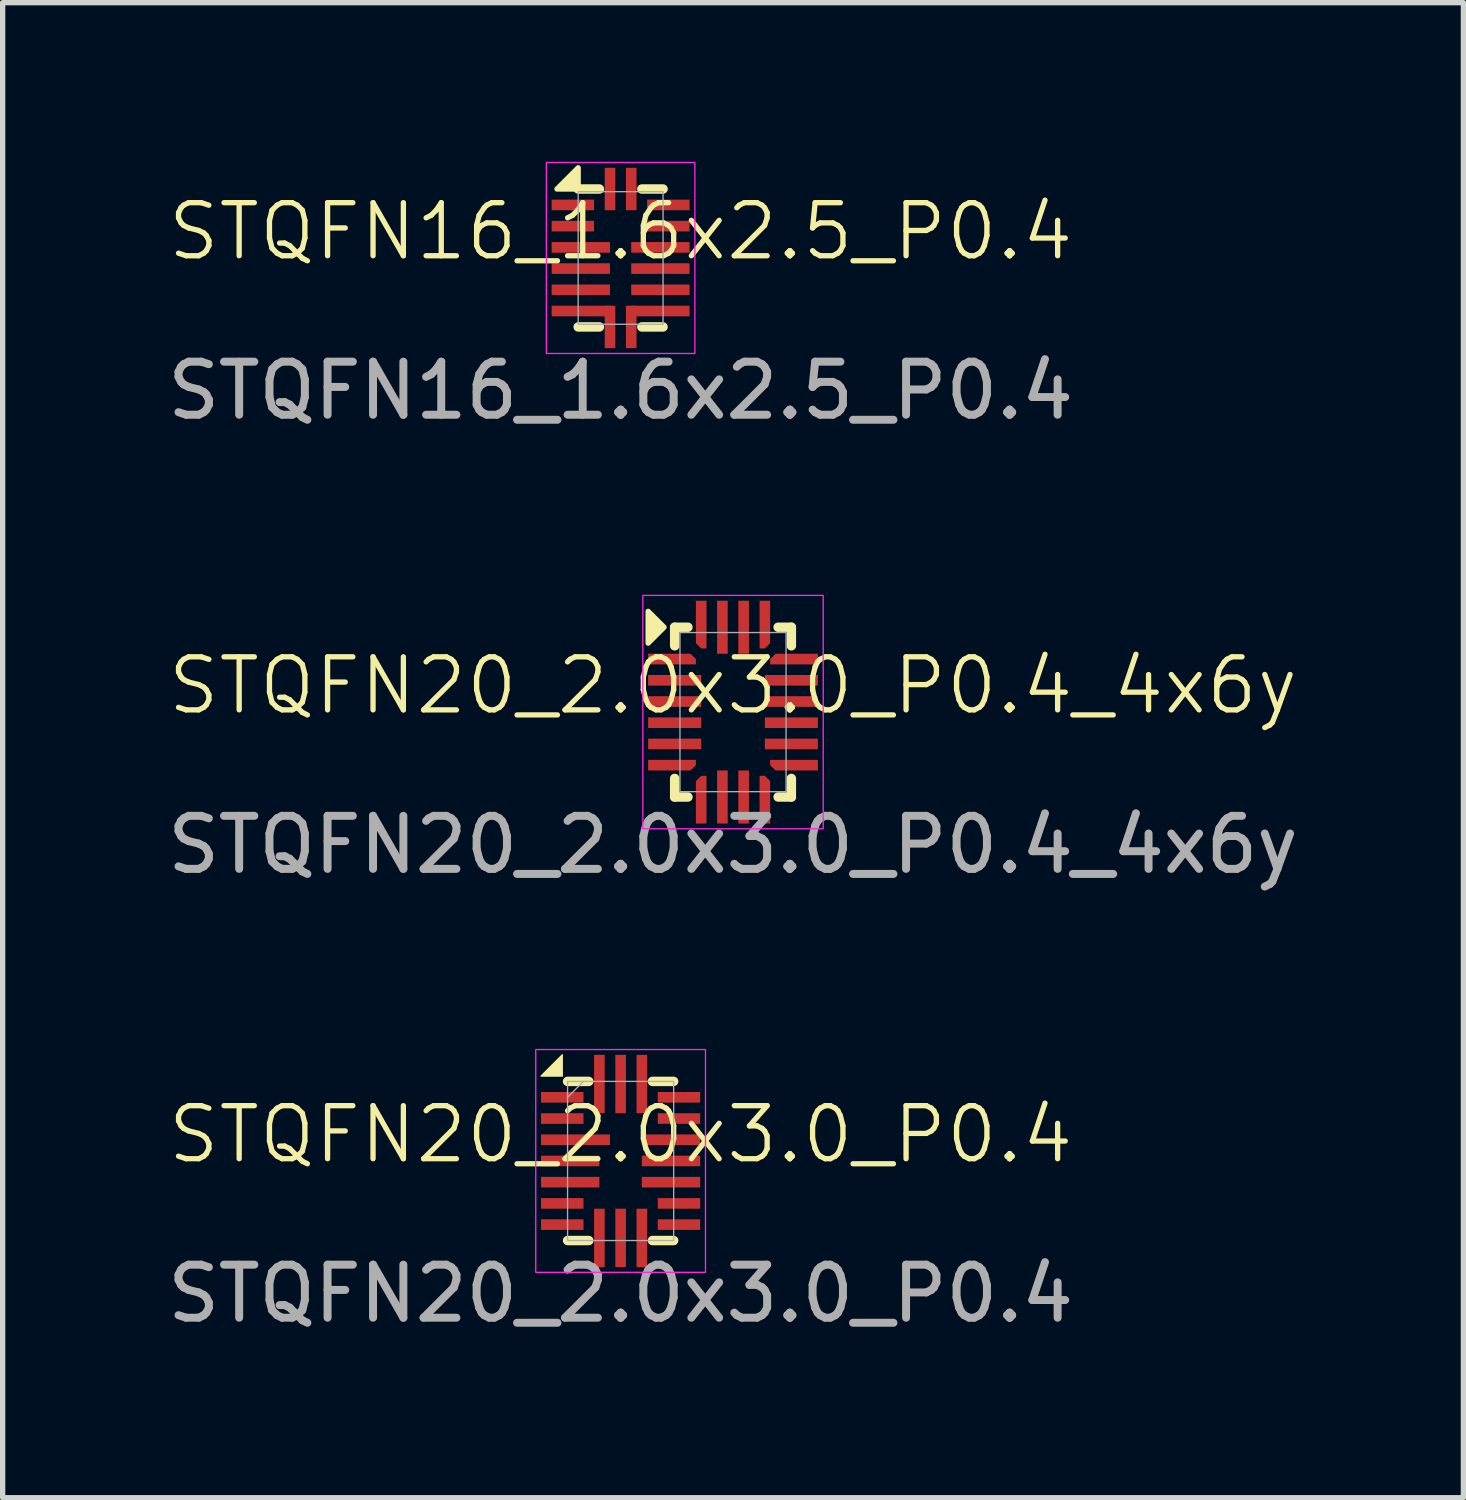
<source format=kicad_pcb>
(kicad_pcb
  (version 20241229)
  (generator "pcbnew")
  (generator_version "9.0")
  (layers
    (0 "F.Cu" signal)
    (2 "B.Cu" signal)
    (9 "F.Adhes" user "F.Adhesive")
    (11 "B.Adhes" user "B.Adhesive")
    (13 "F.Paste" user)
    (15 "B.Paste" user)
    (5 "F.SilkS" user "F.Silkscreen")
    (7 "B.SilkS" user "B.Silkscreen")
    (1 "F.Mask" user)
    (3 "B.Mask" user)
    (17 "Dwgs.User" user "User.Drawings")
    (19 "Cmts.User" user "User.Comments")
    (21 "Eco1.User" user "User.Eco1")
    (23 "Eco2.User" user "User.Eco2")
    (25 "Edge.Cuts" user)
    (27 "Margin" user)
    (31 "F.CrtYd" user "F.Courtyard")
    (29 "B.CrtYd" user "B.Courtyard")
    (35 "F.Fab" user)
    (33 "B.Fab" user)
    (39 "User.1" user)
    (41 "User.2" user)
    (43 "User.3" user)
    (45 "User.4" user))
  (footprint "STQFN16_1.6x2.5_P0.4"
    (layer "F.Cu")
    (at 8.649 1.813)
    (property "Reference" "STQFN16_1.6x2.5_P0.4" (at 0 -0.5 0) (unlocked yes) (layer "F.SilkS") (effects (font (size 1 1) (thickness 0.1))))
    (attr smd)
    (fp_line (start -0.8 -1.3) (end -0.4 -1.3) (stroke (width 0.178) (type default)) (layer "F.SilkS"))
    (fp_line (start -0.8 1.3) (end -0.4 1.3) (stroke (width 0.178) (type default)) (layer "F.SilkS"))
    (fp_line (start 0.4 -1.3) (end 0.8 -1.3) (stroke (width 0.178) (type default)) (layer "F.SilkS"))
    (fp_line (start 0.4 1.3) (end 0.8 1.3) (stroke (width 0.178) (type default)) (layer "F.SilkS"))
    (fp_poly (pts (xy -1.2 -1.3) (xy -0.8 -1.3) (xy -0.8 -1.7)) (stroke (width 0.1) (type solid)) (fill yes) (layer "F.SilkS"))
    (fp_rect (start -1.4 -1.8) (end 1.4 1.8) (stroke (width 0.025) (type default)) (fill no) (layer "F.CrtYd"))
    (fp_rect (start -0.8 1.25) (end 0.8 -1.25) (stroke (width 0.025) (type default)) (fill no) (layer "F.Fab"))
    (fp_text user "${REFERENCE}" (at 0 2.5 0) (unlocked yes) (layer "F.Fab") (effects (font (size 1 1) (thickness 0.15))))
    (pad "1" smd rect (at -0.9 -1) (size 0.8 0.2) (layers "F.Cu" "F.Mask" "F.Paste"))
    (pad "2" smd rect (at -0.9 -0.6) (size 0.8 0.2) (layers "F.Cu" "F.Mask" "F.Paste"))
    (pad "3" smd rect (at -0.75 -0.2) (size 1.1 0.2) (layers "F.Cu" "F.Mask" "F.Paste"))
    (pad "4" smd rect (at -0.75 0.2) (size 1.1 0.2) (layers "F.Cu" "F.Mask" "F.Paste"))
    (pad "5" smd rect (at -0.75 0.6) (size 1.1 0.2) (layers "F.Cu" "F.Mask" "F.Paste"))
    (pad "6" smd rect (at -0.75 1) (size 1.1 0.2) (layers "F.Cu" "F.Mask" "F.Paste"))
    (pad "7" smd rect (at -0.2 1.3) (size 0.2 0.8) (layers "F.Cu" "F.Mask" "F.Paste"))
    (pad "8" smd rect (at 0.2 1.3) (size 0.2 0.8) (layers "F.Cu" "F.Mask" "F.Paste"))
    (pad "9" smd rect (at 0.75 1) (size 1.1 0.2) (layers "F.Cu" "F.Mask" "F.Paste"))
    (pad "10" smd rect (at 0.75 0.6) (size 1.1 0.2) (layers "F.Cu" "F.Mask" "F.Paste"))
    (pad "11" smd rect (at 0.75 0.2) (size 1.1 0.2) (layers "F.Cu" "F.Mask" "F.Paste"))
    (pad "12" smd rect (at 0.75 -0.2) (size 1.1 0.2) (layers "F.Cu" "F.Mask" "F.Paste"))
    (pad "13" smd rect (at 0.9 -0.6) (size 0.8 0.2) (layers "F.Cu" "F.Mask" "F.Paste"))
    (pad "14" smd rect (at 0.9 -1) (size 0.8 0.2) (layers "F.Cu" "F.Mask" "F.Paste"))
    (pad "15" smd rect (at 0.2 -1.3) (size 0.2 0.8) (layers "F.Cu" "F.Mask" "F.Paste"))
    (pad "16" smd rect (at -0.2 -1.3) (size 0.2 0.8) (layers "F.Cu" "F.Mask" "F.Paste")))
  (footprint "STQFN20_2.0x3.0_P0.4"
    (layer "F.Cu")
    (at 8.649 18.835)
    (property "Reference" "STQFN20_2.0x3.0_P0.4" (at 0 -0.5 0) (unlocked yes) (layer "F.SilkS") (effects (font (size 1 1) (thickness 0.1))))
    (attr smd)
    (fp_line (start -1 1.5) (end -0.6 1.5) (stroke (width 0.178) (type default)) (layer "F.SilkS"))
    (fp_line (start -0.6 -1.5) (end -1 -1.5) (stroke (width 0.178) (type default)) (layer "F.SilkS"))
    (fp_line (start 0.6 -1.5) (end 1 -1.5) (stroke (width 0.178) (type default)) (layer "F.SilkS"))
    (fp_line (start 0.6 1.5) (end 1 1.5) (stroke (width 0.178) (type default)) (layer "F.SilkS"))
    (fp_poly (pts (xy -1.1 -1.6) (xy -1.1 -2) (xy -1.5 -1.6)) (stroke (width 0.025) (type solid)) (fill yes) (layer "F.SilkS"))
    (fp_rect (start -1.6 -2.1) (end 1.6 2.1) (stroke (width 0.025) (type default)) (fill no) (layer "F.CrtYd"))
    (fp_line (start -1 -1.2) (end -0.7 -1.5) (stroke (width 0.025) (type default)) (layer "F.Fab"))
    (fp_rect (start -1 1.5) (end 1 -1.5) (stroke (width 0.025) (type default)) (fill no) (layer "F.Fab"))
    (fp_text user "${REFERENCE}" (at 0 2.5 0) (unlocked yes) (layer "F.Fab") (effects (font (size 1 1) (thickness 0.15))))
    (pad "1" smd rect (at -1.1 -1.2) (size 0.8 0.2) (layers "F.Cu" "F.Mask" "F.Paste"))
    (pad "2" smd rect (at -1.1 -0.8) (size 0.8 0.2) (layers "F.Cu" "F.Mask" "F.Paste"))
    (pad "3" smd rect (at -0.85 -0.4) (size 1.3 0.2) (layers "F.Cu" "F.Mask" "F.Paste"))
    (pad "4" smd rect (at -0.95 0) (size 1.1 0.2) (layers "F.Cu" "F.Mask" "F.Paste"))
    (pad "5" smd rect (at -0.95 0.4) (size 1.1 0.2) (layers "F.Cu" "F.Mask" "F.Paste"))
    (pad "6" smd rect (at -1.1 0.8) (size 0.8 0.2) (layers "F.Cu" "F.Mask" "F.Paste"))
    (pad "7" smd rect (at -1.1 1.2) (size 0.8 0.2) (layers "F.Cu" "F.Mask" "F.Paste"))
    (pad "8" smd rect (at -0.4 1.45) (size 0.2 1.1) (layers "F.Cu" "F.Mask" "F.Paste"))
    (pad "9" smd rect (at 0 1.45) (size 0.2 1.1) (layers "F.Cu" "F.Mask" "F.Paste"))
    (pad "10" smd rect (at 0.4 1.45) (size 0.2 1.1) (layers "F.Cu" "F.Mask" "F.Paste"))
    (pad "11" smd rect (at 1.1 1.2) (size 0.8 0.2) (layers "F.Cu" "F.Mask" "F.Paste"))
    (pad "12" smd rect (at 1.1 0.8) (size 0.8 0.2) (layers "F.Cu" "F.Mask" "F.Paste"))
    (pad "13" smd rect (at 0.95 0.4) (size 1.1 0.2) (layers "F.Cu" "F.Mask" "F.Paste"))
    (pad "14" smd rect (at 0.95 0) (size 1.1 0.2) (layers "F.Cu" "F.Mask" "F.Paste"))
    (pad "15" smd rect (at 0.95 -0.4) (size 1.1 0.2) (layers "F.Cu" "F.Mask" "F.Paste"))
    (pad "16" smd rect (at 1.1 -0.8) (size 0.8 0.2) (layers "F.Cu" "F.Mask" "F.Paste"))
    (pad "17" smd rect (at 1.1 -1.2) (size 0.8 0.2) (layers "F.Cu" "F.Mask" "F.Paste"))
    (pad "18" smd rect (at 0.4 -1.45) (size 0.2 1.1) (layers "F.Cu" "F.Mask" "F.Paste"))
    (pad "19" smd rect (at 0 -1.45) (size 0.2 1.1) (layers "F.Cu" "F.Mask" "F.Paste"))
    (pad "20" smd rect (at -0.4 -1.45) (size 0.2 1.1) (layers "F.Cu" "F.Mask" "F.Paste")))
  (footprint "STQFN20_2.0x3.0_P0.4_4x6y"
    (layer "F.Cu")
    (at 10.768 10.374)
    (property "Reference" "STQFN20_2.0x3.0_P0.4_4x6y" (at 0 -0.5 0) (unlocked yes) (layer "F.SilkS") (effects (font (size 1 1) (thickness 0.1))))
    (attr smd)
    (fp_line (start -1.1 -1.6) (end -0.85 -1.6) (stroke (width 0.178) (type default)) (layer "F.SilkS"))
    (fp_line (start -1.1 -1.25) (end -1.1 -1.6) (stroke (width 0.178) (type default)) (layer "F.SilkS"))
    (fp_line (start -1.1 1.6) (end -1.1 1.25) (stroke (width 0.178) (type default)) (layer "F.SilkS"))
    (fp_line (start -1.1 1.6) (end -0.85 1.6) (stroke (width 0.178) (type default)) (layer "F.SilkS"))
    (fp_line (start 0.85 -1.6) (end 1.1 -1.6) (stroke (width 0.178) (type default)) (layer "F.SilkS"))
    (fp_line (start 0.85 1.6) (end 1.1 1.6) (stroke (width 0.178) (type default)) (layer "F.SilkS"))
    (fp_line (start 1.1 -1.6) (end 1.1 -1.25) (stroke (width 0.178) (type default)) (layer "F.SilkS"))
    (fp_line (start 1.1 1.6) (end 1.1 1.25) (stroke (width 0.178) (type default)) (layer "F.SilkS"))
    (fp_poly (pts (xy -1.3 -1.6) (xy -1.6 -1.9) (xy -1.6 -1.3)) (stroke (width 0.1) (type solid)) (fill yes) (layer "F.SilkS"))
    (fp_rect (start -1.7 2.2) (end 1.7 -2.2) (stroke (width 0.025) (type default)) (fill no) (layer "F.CrtYd"))
    (fp_rect (start -1 1.5) (end 1 -1.5) (stroke (width 0.025) (type default)) (fill no) (layer "F.Fab"))
    (fp_text user "${REFERENCE}" (at 0 2.5 0) (unlocked yes) (layer "F.Fab") (effects (font (size 1 1) (thickness 0.15))))
    (pad "1" smd roundrect (at -1.15 -1) (size 0.9 0.2) (layers "F.Cu" "F.Mask" "F.Paste") (roundrect_rratio 0) (chamfer_ratio 0.5) (chamfer top_right))
    (pad "2" smd rect (at -1.1 -0.6) (size 1 0.2) (layers "F.Cu" "F.Mask" "F.Paste"))
    (pad "3" smd rect (at -1.1 -0.2) (size 1 0.2) (layers "F.Cu" "F.Mask" "F.Paste"))
    (pad "4" smd rect (at -1.1 0.2) (size 1 0.2) (layers "F.Cu" "F.Mask" "F.Paste"))
    (pad "5" smd rect (at -1.1 0.6) (size 1 0.2) (layers "F.Cu" "F.Mask" "F.Paste"))
    (pad "6" smd roundrect (at -1.15 1) (size 0.9 0.2) (layers "F.Cu" "F.Mask" "F.Paste") (roundrect_rratio 0) (chamfer_ratio 0.5) (chamfer bottom_right))
    (pad "7" smd roundrect (at -0.6 1.65) (size 0.2 0.9) (layers "F.Cu" "F.Mask" "F.Paste") (roundrect_rratio 0) (chamfer_ratio 0.5) (chamfer top_left))
    (pad "8" smd rect (at -0.2 1.6) (size 0.2 1) (layers "F.Cu" "F.Mask" "F.Paste"))
    (pad "9" smd rect (at 0.2 1.6) (size 0.2 1) (layers "F.Cu" "F.Mask" "F.Paste"))
    (pad "10" smd roundrect (at 0.6 1.65) (size 0.2 0.9) (layers "F.Cu" "F.Mask" "F.Paste") (roundrect_rratio 0) (chamfer_ratio 0.5) (chamfer top_right))
    (pad "11" smd roundrect (at 1.15 1) (size 0.9 0.2) (layers "F.Cu" "F.Mask" "F.Paste") (roundrect_rratio 0) (chamfer_ratio 0.5) (chamfer bottom_left))
    (pad "12" smd rect (at 1.1 0.6) (size 1 0.2) (layers "F.Cu" "F.Mask" "F.Paste"))
    (pad "13" smd rect (at 1.1 0.2) (size 1 0.2) (layers "F.Cu" "F.Mask" "F.Paste"))
    (pad "14" smd rect (at 1.1 -0.2) (size 1 0.2) (layers "F.Cu" "F.Mask" "F.Paste"))
    (pad "15" smd rect (at 1.1 -0.6) (size 1 0.2) (layers "F.Cu" "F.Mask" "F.Paste"))
    (pad "16" smd roundrect (at 1.15 -1) (size 0.9 0.2) (layers "F.Cu" "F.Mask" "F.Paste") (roundrect_rratio 0) (chamfer_ratio 0.5) (chamfer top_left))
    (pad "17" smd roundrect (at 0.6 -1.65) (size 0.2 0.9) (layers "F.Cu" "F.Mask" "F.Paste") (roundrect_rratio 0) (chamfer_ratio 0.5) (chamfer bottom_right))
    (pad "18" smd rect (at 0.2 -1.6) (size 0.2 1) (layers "F.Cu" "F.Mask" "F.Paste"))
    (pad "19" smd rect (at -0.2 -1.6) (size 0.2 1) (layers "F.Cu" "F.Mask" "F.Paste"))
    (pad "20" smd roundrect (at -0.6 -1.65) (size 0.2 0.9) (layers "F.Cu" "F.Mask" "F.Paste") (roundrect_rratio 0) (chamfer_ratio 0.5) (chamfer bottom_left)))
  (gr_rect
    (start -3 -3)
    (end 24.536 25.183)
    (stroke (width 0.1) (type default))
    (fill no)
    (layer "Edge.Cuts")))
</source>
